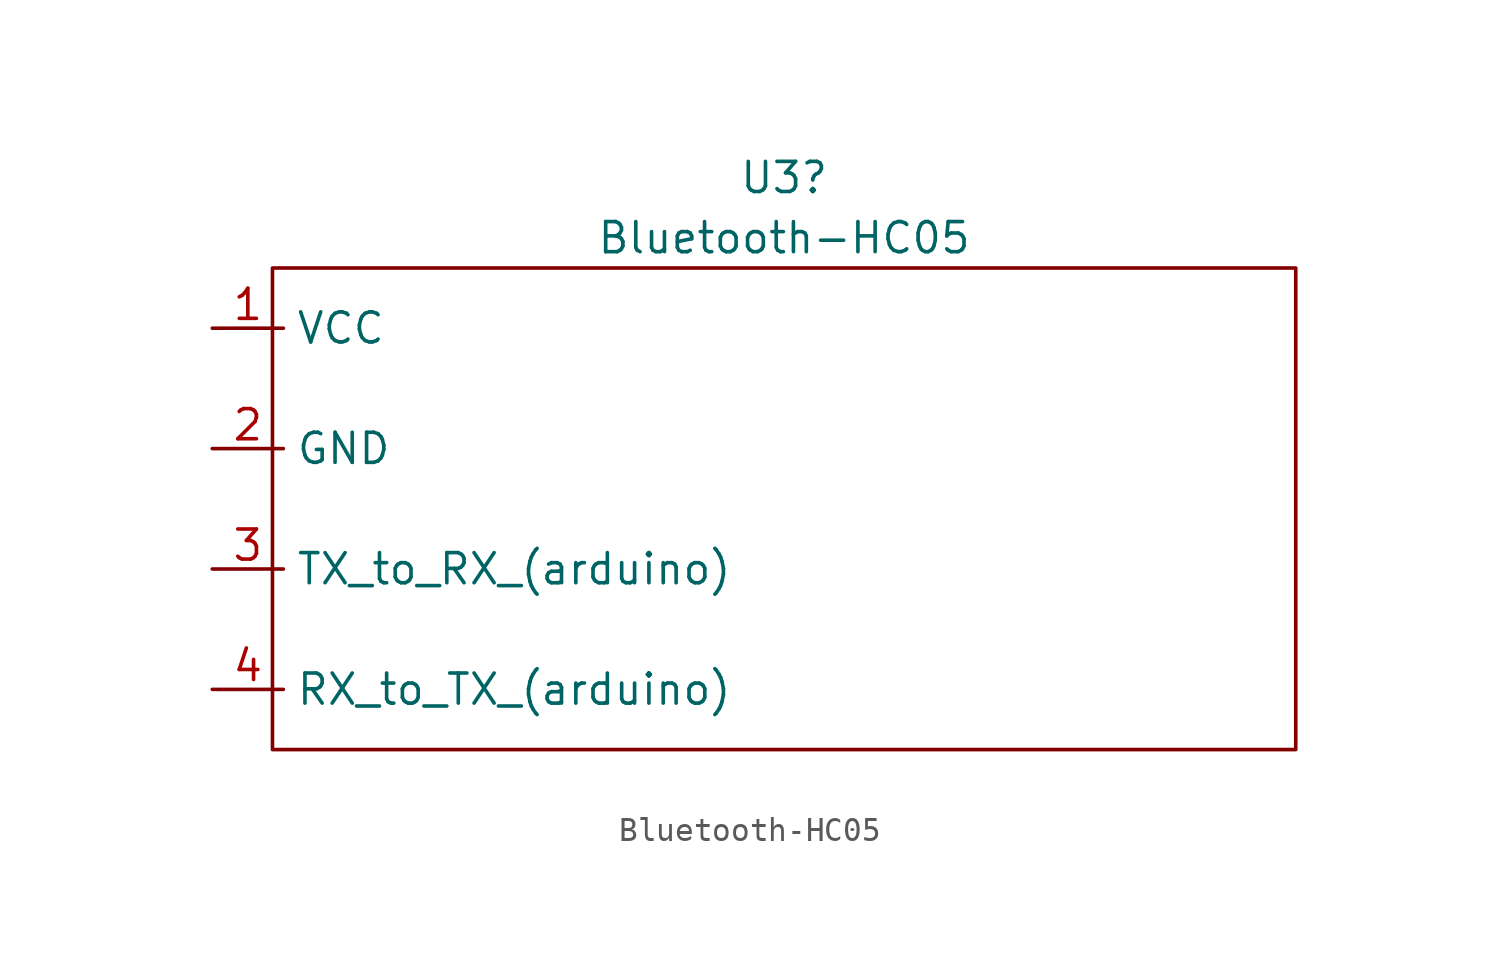
<source format=kicad_sym>
(kicad_symbol_lib
  (version 20211014)
  (generator kicad_symbol_editor)
  (symbol "Bluetooth-HC05"
    (property "Reference" "U3"
      (at 0 0 0)
      (effects (font (size 1.27 1.27))))
    (property "Value" "Bluetooth-HC05"
      (at 0 -2.54 0)
      (effects (font (size 1.27 1.27))))
    (symbol "Bluetooth-HC05_0_1"
      (rectangle (start -21.59 -3.81) (end 21.59 -24.13) (stroke (width 0) (type default) (color 0 0 0 0)) (fill (type none))))
    (symbol "Bluetooth-HC05_1_1"
      (pin input line (at -24.13 -6.35 0) (length 3) (name "VCC" (effects (font (size 1.27 1.27)))) (number "1" (effects (font (size 1.27 1.27)))))
      (pin input line (at -24.13 -11.43 0) (length 3) (name "GND" (effects (font (size 1.27 1.27)))) (number "2" (effects (font (size 1.27 1.27)))))
      (pin input line (at -24.13 -16.51 0) (length 3) (name "TX_to_RX_(arduino)" (effects (font (size 1.27 1.27)))) (number "3" (effects (font (size 1.27 1.27)))))
      (pin input line (at -24.13 -21.59 0) (length 3) (name "RX_to_TX_(arduino)" (effects (font (size 1.27 1.27)))) (number "4" (effects (font (size 1.27 1.27))))))))
</source>
